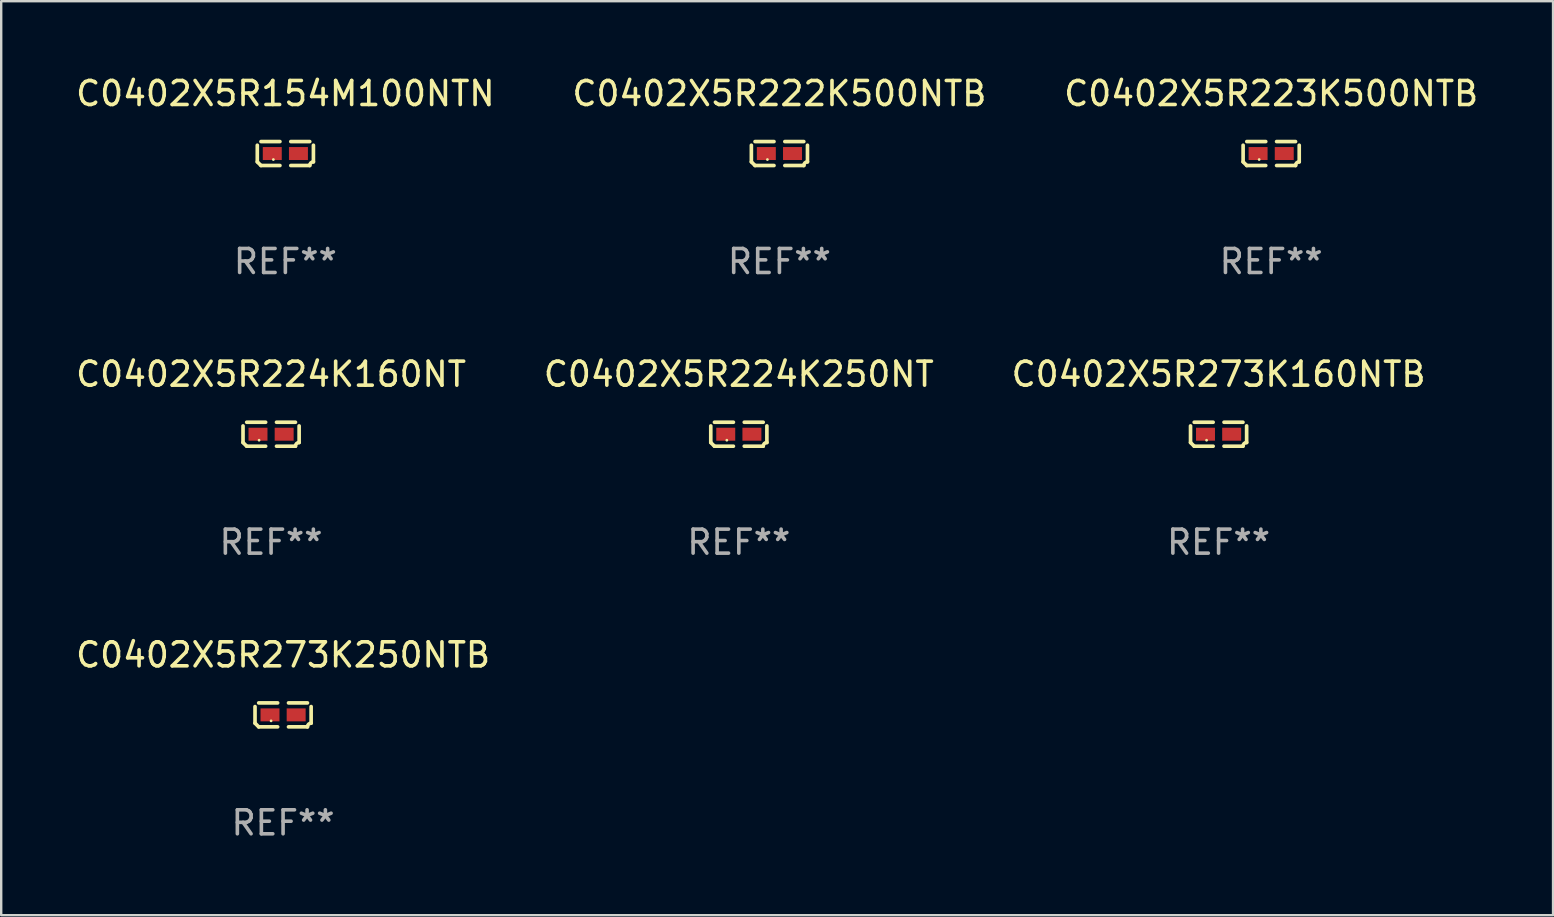
<source format=kicad_pcb>
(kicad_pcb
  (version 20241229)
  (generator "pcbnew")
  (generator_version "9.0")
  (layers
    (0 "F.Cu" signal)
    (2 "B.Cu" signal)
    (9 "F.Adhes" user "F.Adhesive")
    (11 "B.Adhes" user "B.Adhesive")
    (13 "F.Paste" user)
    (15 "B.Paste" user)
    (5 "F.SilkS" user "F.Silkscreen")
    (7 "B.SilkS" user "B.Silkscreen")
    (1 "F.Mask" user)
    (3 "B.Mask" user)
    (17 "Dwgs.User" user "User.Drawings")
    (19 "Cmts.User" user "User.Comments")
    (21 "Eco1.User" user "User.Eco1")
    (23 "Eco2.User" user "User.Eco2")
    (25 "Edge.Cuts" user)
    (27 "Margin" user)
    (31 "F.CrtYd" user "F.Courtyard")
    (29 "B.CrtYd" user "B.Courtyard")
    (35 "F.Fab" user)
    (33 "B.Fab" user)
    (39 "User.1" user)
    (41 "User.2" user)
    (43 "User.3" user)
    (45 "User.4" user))
  (footprint "C0402X5R273K160NTB"
    (layer "F.Cu")
    (at 47.72 15.041)
    (property "Reference" "C0402X5R273K160NTB" (at 0 -2.499 0) (layer "F.SilkS") (effects (font (size 1 1) (thickness 0.15))))
    (attr through_hole)
    (fp_line (start -1.169 0.346) (end -1.169 -0.346) (stroke (width 0.152) (type solid)) (layer "F.SilkS"))
    (fp_line (start -1.016 -0.499) (end -0.226 -0.499) (stroke (width 0.152) (type solid)) (layer "F.SilkS"))
    (fp_line (start -0.226 0.499) (end -1.016 0.499) (stroke (width 0.152) (type solid)) (layer "F.SilkS"))
    (fp_line (start 0.226 0.499) (end 1.016 0.499) (stroke (width 0.152) (type solid)) (layer "F.SilkS"))
    (fp_line (start 1.016 -0.499) (end 0.226 -0.499) (stroke (width 0.152) (type solid)) (layer "F.SilkS"))
    (fp_line (start 1.169 0.346) (end 1.169 -0.346) (stroke (width 0.152) (type solid)) (layer "F.SilkS"))
    (fp_arc (start -1.016307 0.498603) (mid -1.092512 0.422405) (end -1.16871 0.3462) (stroke (width 0.1524) (type solid)) (layer "F.SilkS"))
    (fp_arc (start 1.016307 0.498603) (mid 1.060899 0.390758) (end 1.168707 0.346076) (stroke (width 0.1524) (type solid)) (layer "F.SilkS"))
    (fp_circle (center -0.5 0.25) (end -0.47 0.25) (stroke (width 0.06) (type solid)) (fill no) (layer "F.SilkS"))
    (fp_text user "REF**" (at 0 4.499 0) (layer "F.Fab") (effects (font (size 1 1) (thickness 0.15))))
    (pad "1" smd rect (at -0.545 0) (size 0.79 0.54) (layers "F.Cu" "F.Mask" "F.Paste"))
    (pad "2" smd rect (at 0.545 0) (size 0.79 0.54) (layers "F.Cu" "F.Mask" "F.Paste")))
  (footprint "C0402X5R273K250NTB"
    (layer "F.Cu")
    (at 8.744 26.734)
    (property "Reference" "C0402X5R273K250NTB" (at 0 -2.499 0) (layer "F.SilkS") (effects (font (size 1 1) (thickness 0.15))))
    (attr through_hole)
    (fp_line (start -1.169 0.346) (end -1.169 -0.346) (stroke (width 0.152) (type solid)) (layer "F.SilkS"))
    (fp_line (start -1.016 -0.499) (end -0.226 -0.499) (stroke (width 0.152) (type solid)) (layer "F.SilkS"))
    (fp_line (start -0.226 0.499) (end -1.016 0.499) (stroke (width 0.152) (type solid)) (layer "F.SilkS"))
    (fp_line (start 0.226 0.499) (end 1.016 0.499) (stroke (width 0.152) (type solid)) (layer "F.SilkS"))
    (fp_line (start 1.016 -0.499) (end 0.226 -0.499) (stroke (width 0.152) (type solid)) (layer "F.SilkS"))
    (fp_line (start 1.169 0.346) (end 1.169 -0.346) (stroke (width 0.152) (type solid)) (layer "F.SilkS"))
    (fp_arc (start -1.016307 0.498603) (mid -1.092512 0.422405) (end -1.16871 0.3462) (stroke (width 0.1524) (type solid)) (layer "F.SilkS"))
    (fp_arc (start 1.016307 0.498603) (mid 1.060899 0.390758) (end 1.168707 0.346076) (stroke (width 0.1524) (type solid)) (layer "F.SilkS"))
    (fp_circle (center -0.5 0.25) (end -0.47 0.25) (stroke (width 0.06) (type solid)) (fill no) (layer "F.SilkS"))
    (fp_text user "REF**" (at 0 4.499 0) (layer "F.Fab") (effects (font (size 1 1) (thickness 0.15))))
    (pad "1" smd rect (at -0.545 0) (size 0.79 0.54) (layers "F.Cu" "F.Mask" "F.Paste"))
    (pad "2" smd rect (at 0.545 0) (size 0.79 0.54) (layers "F.Cu" "F.Mask" "F.Paste")))
  (footprint "C0402X5R224K250NT"
    (layer "F.Cu")
    (at 27.732 15.041)
    (property "Reference" "C0402X5R224K250NT" (at 0 -2.499 0) (layer "F.SilkS") (effects (font (size 1 1) (thickness 0.15))))
    (attr through_hole)
    (fp_line (start -1.169 0.346) (end -1.169 -0.346) (stroke (width 0.152) (type solid)) (layer "F.SilkS"))
    (fp_line (start -1.016 -0.499) (end -0.226 -0.499) (stroke (width 0.152) (type solid)) (layer "F.SilkS"))
    (fp_line (start -0.226 0.499) (end -1.016 0.499) (stroke (width 0.152) (type solid)) (layer "F.SilkS"))
    (fp_line (start 0.226 0.499) (end 1.016 0.499) (stroke (width 0.152) (type solid)) (layer "F.SilkS"))
    (fp_line (start 1.016 -0.499) (end 0.226 -0.499) (stroke (width 0.152) (type solid)) (layer "F.SilkS"))
    (fp_line (start 1.169 0.346) (end 1.169 -0.346) (stroke (width 0.152) (type solid)) (layer "F.SilkS"))
    (fp_arc (start -1.016307 0.498603) (mid -1.092512 0.422405) (end -1.16871 0.3462) (stroke (width 0.1524) (type solid)) (layer "F.SilkS"))
    (fp_arc (start 1.016307 0.498603) (mid 1.060899 0.390758) (end 1.168707 0.346076) (stroke (width 0.1524) (type solid)) (layer "F.SilkS"))
    (fp_circle (center -0.5 0.25) (end -0.47 0.25) (stroke (width 0.06) (type solid)) (fill no) (layer "F.SilkS"))
    (fp_text user "REF**" (at 0 4.499 0) (layer "F.Fab") (effects (font (size 1 1) (thickness 0.15))))
    (pad "1" smd rect (at -0.545 0) (size 0.79 0.54) (layers "F.Cu" "F.Mask" "F.Paste"))
    (pad "2" smd rect (at 0.545 0) (size 0.79 0.54) (layers "F.Cu" "F.Mask" "F.Paste")))
  (footprint "C0402X5R222K500NTB"
    (layer "F.Cu")
    (at 29.423 3.347)
    (property "Reference" "C0402X5R222K500NTB" (at 0 -2.499 0) (layer "F.SilkS") (effects (font (size 1 1) (thickness 0.15))))
    (attr through_hole)
    (fp_line (start -1.169 0.346) (end -1.169 -0.346) (stroke (width 0.152) (type solid)) (layer "F.SilkS"))
    (fp_line (start -1.016 -0.499) (end -0.226 -0.499) (stroke (width 0.152) (type solid)) (layer "F.SilkS"))
    (fp_line (start -0.226 0.499) (end -1.016 0.499) (stroke (width 0.152) (type solid)) (layer "F.SilkS"))
    (fp_line (start 0.226 0.499) (end 1.016 0.499) (stroke (width 0.152) (type solid)) (layer "F.SilkS"))
    (fp_line (start 1.016 -0.499) (end 0.226 -0.499) (stroke (width 0.152) (type solid)) (layer "F.SilkS"))
    (fp_line (start 1.169 0.346) (end 1.169 -0.346) (stroke (width 0.152) (type solid)) (layer "F.SilkS"))
    (fp_arc (start -1.016307 0.498603) (mid -1.092512 0.422405) (end -1.16871 0.3462) (stroke (width 0.1524) (type solid)) (layer "F.SilkS"))
    (fp_arc (start 1.016307 0.498603) (mid 1.060899 0.390758) (end 1.168707 0.346076) (stroke (width 0.1524) (type solid)) (layer "F.SilkS"))
    (fp_circle (center -0.5 0.25) (end -0.47 0.25) (stroke (width 0.06) (type solid)) (fill no) (layer "F.SilkS"))
    (fp_text user "REF**" (at 0 4.499 0) (layer "F.Fab") (effects (font (size 1 1) (thickness 0.15))))
    (pad "1" smd rect (at -0.545 0) (size 0.79 0.54) (layers "F.Cu" "F.Mask" "F.Paste"))
    (pad "2" smd rect (at 0.545 0) (size 0.79 0.54) (layers "F.Cu" "F.Mask" "F.Paste")))
  (footprint "C0402X5R223K500NTB"
    (layer "F.Cu")
    (at 49.911 3.347)
    (property "Reference" "C0402X5R223K500NTB" (at 0 -2.499 0) (layer "F.SilkS") (effects (font (size 1 1) (thickness 0.15))))
    (attr through_hole)
    (fp_line (start -1.169 0.346) (end -1.169 -0.346) (stroke (width 0.152) (type solid)) (layer "F.SilkS"))
    (fp_line (start -1.016 -0.499) (end -0.226 -0.499) (stroke (width 0.152) (type solid)) (layer "F.SilkS"))
    (fp_line (start -0.226 0.499) (end -1.016 0.499) (stroke (width 0.152) (type solid)) (layer "F.SilkS"))
    (fp_line (start 0.226 0.499) (end 1.016 0.499) (stroke (width 0.152) (type solid)) (layer "F.SilkS"))
    (fp_line (start 1.016 -0.499) (end 0.226 -0.499) (stroke (width 0.152) (type solid)) (layer "F.SilkS"))
    (fp_line (start 1.169 0.346) (end 1.169 -0.346) (stroke (width 0.152) (type solid)) (layer "F.SilkS"))
    (fp_arc (start -1.016307 0.498603) (mid -1.092512 0.422405) (end -1.16871 0.3462) (stroke (width 0.1524) (type solid)) (layer "F.SilkS"))
    (fp_arc (start 1.016307 0.498603) (mid 1.060899 0.390758) (end 1.168707 0.346076) (stroke (width 0.1524) (type solid)) (layer "F.SilkS"))
    (fp_circle (center -0.5 0.25) (end -0.47 0.25) (stroke (width 0.06) (type solid)) (fill no) (layer "F.SilkS"))
    (fp_text user "REF**" (at 0 4.499 0) (layer "F.Fab") (effects (font (size 1 1) (thickness 0.15))))
    (pad "1" smd rect (at -0.545 0) (size 0.79 0.54) (layers "F.Cu" "F.Mask" "F.Paste"))
    (pad "2" smd rect (at 0.545 0) (size 0.79 0.54) (layers "F.Cu" "F.Mask" "F.Paste")))
  (footprint "C0402X5R224K160NT"
    (layer "F.Cu")
    (at 8.244 15.041)
    (property "Reference" "C0402X5R224K160NT" (at 0 -2.499 0) (layer "F.SilkS") (effects (font (size 1 1) (thickness 0.15))))
    (attr through_hole)
    (fp_line (start -1.169 0.346) (end -1.169 -0.346) (stroke (width 0.152) (type solid)) (layer "F.SilkS"))
    (fp_line (start -1.016 -0.499) (end -0.226 -0.499) (stroke (width 0.152) (type solid)) (layer "F.SilkS"))
    (fp_line (start -0.226 0.499) (end -1.016 0.499) (stroke (width 0.152) (type solid)) (layer "F.SilkS"))
    (fp_line (start 0.226 0.499) (end 1.016 0.499) (stroke (width 0.152) (type solid)) (layer "F.SilkS"))
    (fp_line (start 1.016 -0.499) (end 0.226 -0.499) (stroke (width 0.152) (type solid)) (layer "F.SilkS"))
    (fp_line (start 1.169 0.346) (end 1.169 -0.346) (stroke (width 0.152) (type solid)) (layer "F.SilkS"))
    (fp_arc (start -1.016307 0.498603) (mid -1.092512 0.422405) (end -1.16871 0.3462) (stroke (width 0.1524) (type solid)) (layer "F.SilkS"))
    (fp_arc (start 1.016307 0.498603) (mid 1.060899 0.390758) (end 1.168707 0.346076) (stroke (width 0.1524) (type solid)) (layer "F.SilkS"))
    (fp_circle (center -0.5 0.25) (end -0.47 0.25) (stroke (width 0.06) (type solid)) (fill no) (layer "F.SilkS"))
    (fp_text user "REF**" (at 0 4.499 0) (layer "F.Fab") (effects (font (size 1 1) (thickness 0.15))))
    (pad "1" smd rect (at -0.545 0) (size 0.79 0.54) (layers "F.Cu" "F.Mask" "F.Paste"))
    (pad "2" smd rect (at 0.545 0) (size 0.79 0.54) (layers "F.Cu" "F.Mask" "F.Paste")))
  (footprint "C0402X5R154M100NTN"
    (layer "F.Cu")
    (at 8.839 3.347)
    (property "Reference" "C0402X5R154M100NTN" (at 0 -2.499 0) (layer "F.SilkS") (effects (font (size 1 1) (thickness 0.15))))
    (attr through_hole)
    (fp_line (start -1.169 0.346) (end -1.169 -0.346) (stroke (width 0.152) (type solid)) (layer "F.SilkS"))
    (fp_line (start -1.016 -0.499) (end -0.226 -0.499) (stroke (width 0.152) (type solid)) (layer "F.SilkS"))
    (fp_line (start -0.226 0.499) (end -1.016 0.499) (stroke (width 0.152) (type solid)) (layer "F.SilkS"))
    (fp_line (start 0.226 0.499) (end 1.016 0.499) (stroke (width 0.152) (type solid)) (layer "F.SilkS"))
    (fp_line (start 1.016 -0.499) (end 0.226 -0.499) (stroke (width 0.152) (type solid)) (layer "F.SilkS"))
    (fp_line (start 1.169 0.346) (end 1.169 -0.346) (stroke (width 0.152) (type solid)) (layer "F.SilkS"))
    (fp_arc (start -1.016307 0.498603) (mid -1.092512 0.422405) (end -1.16871 0.3462) (stroke (width 0.1524) (type solid)) (layer "F.SilkS"))
    (fp_arc (start 1.016307 0.498603) (mid 1.060899 0.390758) (end 1.168707 0.346076) (stroke (width 0.1524) (type solid)) (layer "F.SilkS"))
    (fp_circle (center -0.5 0.25) (end -0.47 0.25) (stroke (width 0.06) (type solid)) (fill no) (layer "F.SilkS"))
    (fp_text user "REF**" (at 0 4.499 0) (layer "F.Fab") (effects (font (size 1 1) (thickness 0.15))))
    (pad "1" smd rect (at -0.545 0) (size 0.79 0.54) (layers "F.Cu" "F.Mask" "F.Paste"))
    (pad "2" smd rect (at 0.545 0) (size 0.79 0.54) (layers "F.Cu" "F.Mask" "F.Paste")))
  (gr_rect
    (start -3 -3)
    (end 61.655 35.081)
    (stroke (width 0.1) (type default))
    (fill no)
    (layer "Edge.Cuts")))
</source>
